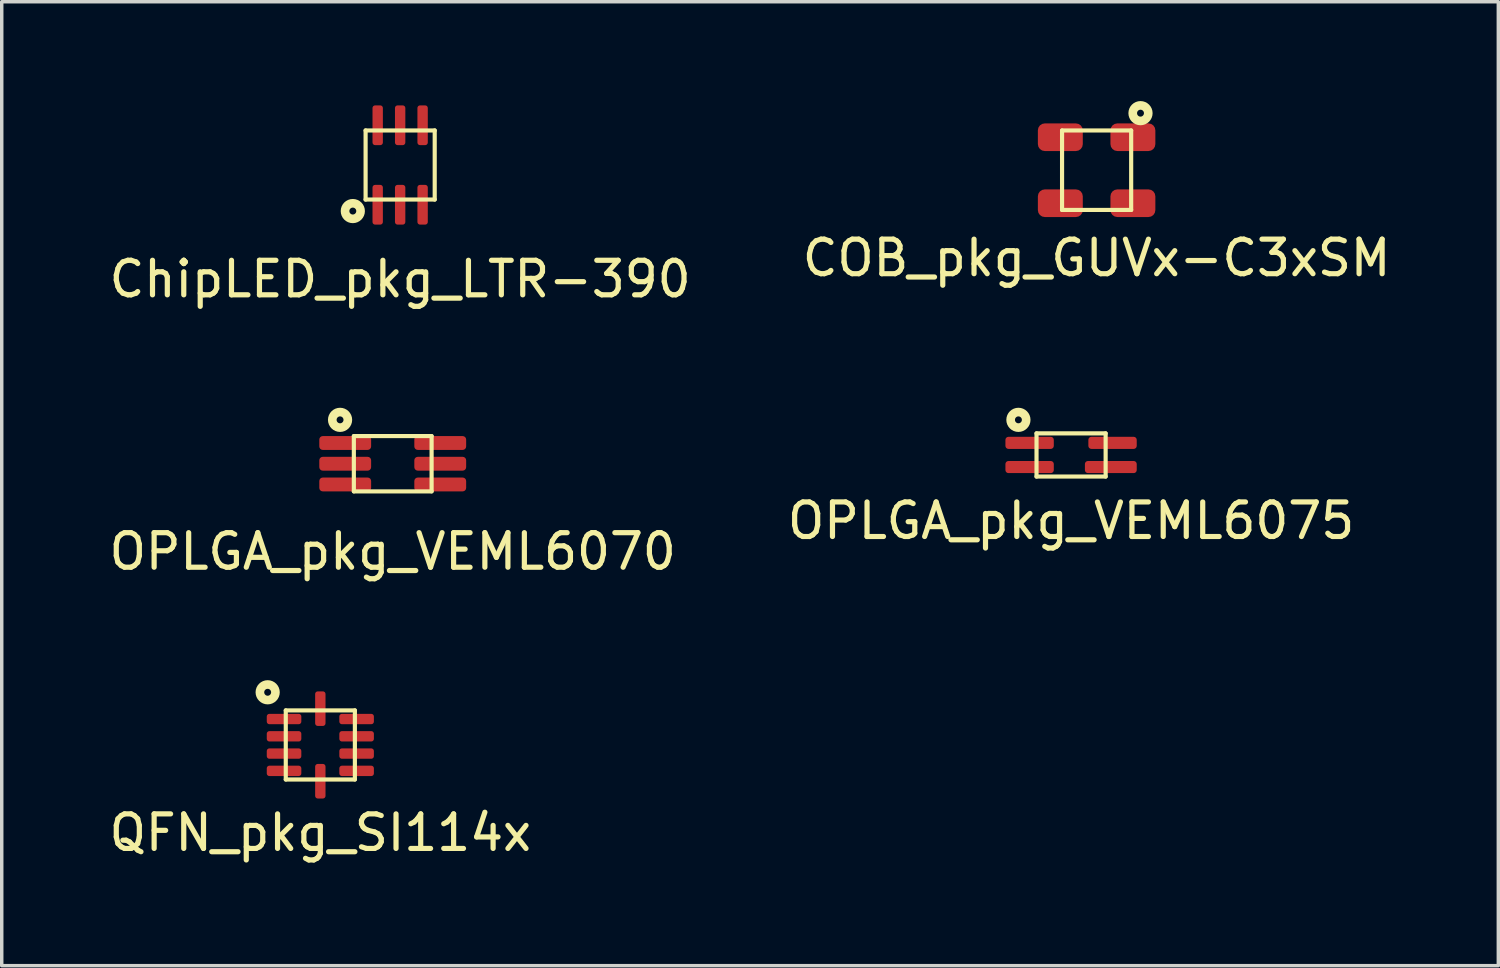
<source format=kicad_pcb>
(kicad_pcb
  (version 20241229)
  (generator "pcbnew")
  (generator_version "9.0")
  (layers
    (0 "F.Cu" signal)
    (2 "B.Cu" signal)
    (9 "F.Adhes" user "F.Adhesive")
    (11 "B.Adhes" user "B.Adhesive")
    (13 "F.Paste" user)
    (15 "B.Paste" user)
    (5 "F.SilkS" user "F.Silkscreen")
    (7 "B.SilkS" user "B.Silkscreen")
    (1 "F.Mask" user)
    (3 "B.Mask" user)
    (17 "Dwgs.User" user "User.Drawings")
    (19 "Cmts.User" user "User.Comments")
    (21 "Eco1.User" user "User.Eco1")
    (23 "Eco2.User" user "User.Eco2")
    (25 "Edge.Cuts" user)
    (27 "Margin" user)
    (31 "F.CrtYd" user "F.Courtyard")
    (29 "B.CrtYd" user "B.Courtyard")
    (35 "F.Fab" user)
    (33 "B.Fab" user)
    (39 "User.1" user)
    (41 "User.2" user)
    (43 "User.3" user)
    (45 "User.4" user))
  (footprint "OPLGA_pkg_VEML6075"
    (layer "F.Cu")
    (at 27.946 10.116)
    (property "Reference" "OPLGA_pkg_VEML6075" (at 0 1.905 0) (layer "F.SilkS") (effects (font (size 1 1) (thickness 0.15))))
    (attr through_hole)
    (fp_line (start -1 -0.625) (end -1 0.625) (stroke (width 0.12) (type solid)) (layer "F.SilkS"))
    (fp_line (start -1 0.625) (end 1 0.625) (stroke (width 0.12) (type solid)) (layer "F.SilkS"))
    (fp_line (start 1 -0.625) (end -1 -0.625) (stroke (width 0.12) (type solid)) (layer "F.SilkS"))
    (fp_line (start 1 0.625) (end 1 -0.625) (stroke (width 0.12) (type solid)) (layer "F.SilkS"))
    (fp_circle (center -1.524 -1.016) (end -1.424 -1.016) (stroke (width 0.25) (type solid)) (fill no) (layer "F.SilkS"))
    (pad "1" smd roundrect (at -1 -0.35) (size 1.4 0.35) (drill (offset -0.2 0)) (layers "F.Cu" "F.Mask" "F.Paste") (roundrect_rratio 0.25))
    (pad "2" smd roundrect (at -1 0.35) (size 1.4 0.35) (drill (offset -0.2 0)) (layers "F.Cu" "F.Mask" "F.Paste") (roundrect_rratio 0.25))
    (pad "3" smd roundrect (at 1 0.35 180) (size 1.5 0.35) (drill (offset -0.15 0)) (layers "F.Cu" "F.Mask" "F.Paste") (roundrect_rratio 0.25))
    (pad "4" smd roundrect (at 1 -0.35 180) (size 1.4 0.35) (drill (offset -0.2 0)) (layers "F.Cu" "F.Mask" "F.Paste") (roundrect_rratio 0.25)))
  (footprint "QFN_pkg_SI114x"
    (layer "F.Cu")
    (at 6.22 18.508)
    (property "Reference" "QFN_pkg_SI114x" (at 0 2.54 0) (layer "F.SilkS") (effects (font (size 1 1) (thickness 0.15))))
    (attr through_hole)
    (fp_line (start -1 -1) (end -1 1) (stroke (width 0.12) (type solid)) (layer "F.SilkS"))
    (fp_line (start -1 1) (end 1 1) (stroke (width 0.12) (type solid)) (layer "F.SilkS"))
    (fp_line (start 1 -1) (end -1 -1) (stroke (width 0.12) (type solid)) (layer "F.SilkS"))
    (fp_line (start 1 1) (end 1 -1) (stroke (width 0.12) (type solid)) (layer "F.SilkS"))
    (fp_circle (center -1.524 -1.524) (end -1.424 -1.524) (stroke (width 0.25) (type solid)) (fill no) (layer "F.SilkS"))
    (pad "1" smd roundrect (at -0.95 -0.75) (size 1 0.3) (drill (offset -0.1 0)) (layers "F.Cu" "F.Mask" "F.Paste") (roundrect_rratio 0.25))
    (pad "2" smd roundrect (at -0.95 -0.25) (size 1 0.3) (drill (offset -0.1 0)) (layers "F.Cu" "F.Mask" "F.Paste") (roundrect_rratio 0.25))
    (pad "3" smd roundrect (at -0.95 0.25) (size 1 0.3) (drill (offset -0.1 0)) (layers "F.Cu" "F.Mask" "F.Paste") (roundrect_rratio 0.25))
    (pad "4" smd roundrect (at -0.95 0.75) (size 1 0.3) (drill (offset -0.1 0)) (layers "F.Cu" "F.Mask" "F.Paste") (roundrect_rratio 0.25))
    (pad "5" smd roundrect (at 0 0.95) (size 0.3 1) (drill (offset 0 0.1)) (layers "F.Cu" "F.Mask" "F.Paste") (roundrect_rratio 0.25))
    (pad "6" smd roundrect (at 0.95 0.75) (size 1 0.3) (drill (offset 0.1 0)) (layers "F.Cu" "F.Mask" "F.Paste") (roundrect_rratio 0.25))
    (pad "7" smd roundrect (at 0.95 0.25) (size 1 0.3) (drill (offset 0.1 0)) (layers "F.Cu" "F.Mask" "F.Paste") (roundrect_rratio 0.25))
    (pad "8" smd roundrect (at 0.95 -0.25) (size 1 0.3) (drill (offset 0.1 0)) (layers "F.Cu" "F.Mask" "F.Paste") (roundrect_rratio 0.25))
    (pad "9" smd roundrect (at 0.95 -0.75) (size 1 0.3) (drill (offset 0.1 0)) (layers "F.Cu" "F.Mask" "F.Paste") (roundrect_rratio 0.25))
    (pad "10" smd roundrect (at 0 -0.95) (size 0.3 1) (drill (offset 0 -0.1)) (layers "F.Cu" "F.Mask" "F.Paste") (roundrect_rratio 0.25)))
  (footprint "OPLGA_pkg_VEML6070"
    (layer "F.Cu")
    (at 8.315 10.37)
    (property "Reference" "OPLGA_pkg_VEML6070" (at 0 2.54 0) (layer "F.SilkS") (effects (font (size 1 1) (thickness 0.15))))
    (attr through_hole)
    (fp_line (start -1.125 -0.8) (end -1.125 0.8) (stroke (width 0.12) (type solid)) (layer "F.SilkS"))
    (fp_line (start -1.125 0.8) (end 1.125 0.8) (stroke (width 0.12) (type solid)) (layer "F.SilkS"))
    (fp_line (start 1.125 -0.8) (end -1.125 -0.8) (stroke (width 0.12) (type solid)) (layer "F.SilkS"))
    (fp_line (start 1.125 0.8) (end 1.125 -0.8) (stroke (width 0.12) (type solid)) (layer "F.SilkS"))
    (fp_circle (center -1.524 -1.27) (end -1.424 -1.27) (stroke (width 0.25) (type solid)) (fill no) (layer "F.SilkS"))
    (pad "1" smd roundrect (at -1.125 -0.6) (size 1.5 0.4) (drill (offset -0.25 0)) (layers "F.Cu" "F.Mask" "F.Paste") (roundrect_rratio 0.25))
    (pad "2" smd roundrect (at -1.125 0) (size 1.5 0.4) (drill (offset -0.25 0)) (layers "F.Cu" "F.Mask" "F.Paste") (roundrect_rratio 0.25))
    (pad "3" smd roundrect (at -1.125 0.6) (size 1.5 0.4) (drill (offset -0.25 0)) (layers "F.Cu" "F.Mask" "F.Paste") (roundrect_rratio 0.25))
    (pad "4" smd roundrect (at 1.125 0.6 180) (size 1.5 0.4) (drill (offset -0.25 0)) (layers "F.Cu" "F.Mask" "F.Paste") (roundrect_rratio 0.25))
    (pad "5" smd roundrect (at 1.125 0 180) (size 1.5 0.4) (drill (offset -0.25 0)) (layers "F.Cu" "F.Mask" "F.Paste") (roundrect_rratio 0.25))
    (pad "6" smd roundrect (at 1.125 -0.6 180) (size 1.5 0.4) (drill (offset -0.25 0)) (layers "F.Cu" "F.Mask" "F.Paste") (roundrect_rratio 0.25)))
  (footprint "COB_pkg_GUVx-C3xSM"
    (layer "F.Cu")
    (at 28.685 1.876)
    (property "Reference" "COB_pkg_GUVx-C3xSM" (at 0 2.54 0) (layer "F.SilkS") (effects (font (size 1 1) (thickness 0.15))))
    (attr through_hole)
    (fp_line (start -1 -1.15) (end -1 1.15) (stroke (width 0.12) (type solid)) (layer "F.SilkS"))
    (fp_line (start -1 1.15) (end 1 1.15) (stroke (width 0.12) (type solid)) (layer "F.SilkS"))
    (fp_line (start 1 -1.15) (end -1 -1.15) (stroke (width 0.12) (type solid)) (layer "F.SilkS"))
    (fp_line (start 1 1.15) (end 1 -1.15) (stroke (width 0.12) (type solid)) (layer "F.SilkS"))
    (fp_circle (center 1.27 -1.651) (end 1.37 -1.651) (stroke (width 0.25) (type solid)) (fill no) (layer "F.SilkS"))
    (pad "1" smd roundrect (at 0.8 -0.955) (size 1.3 0.8) (drill (offset 0.25 0)) (layers "F.Cu" "F.Mask" "F.Paste") (roundrect_rratio 0.25))
    (pad "2" smd roundrect (at -0.8 -0.955) (size 1.3 0.8) (drill (offset -0.25 0)) (layers "F.Cu" "F.Mask" "F.Paste") (roundrect_rratio 0.25))
    (pad "3" smd roundrect (at -0.8 0.955) (size 1.3 0.8) (drill (offset -0.25 0)) (layers "F.Cu" "F.Mask" "F.Paste") (roundrect_rratio 0.25))
    (pad "4" smd roundrect (at 0.8 0.955) (size 1.3 0.8) (drill (offset 0.25 0)) (layers "F.Cu" "F.Mask" "F.Paste") (roundrect_rratio 0.25)))
  (footprint "ChipLED_pkg_LTR-390"
    (layer "F.Cu")
    (at 8.53 1.725)
    (property "Reference" "ChipLED_pkg_LTR-390" (at 0 3.302 0) (layer "F.SilkS") (effects (font (size 1 1) (thickness 0.15))))
    (attr through_hole)
    (fp_line (start -1 -1) (end -1 1) (stroke (width 0.12) (type solid)) (layer "F.SilkS"))
    (fp_line (start -1 1) (end 1 1) (stroke (width 0.12) (type solid)) (layer "F.SilkS"))
    (fp_line (start 1 -1) (end -1 -1) (stroke (width 0.12) (type solid)) (layer "F.SilkS"))
    (fp_line (start 1 1) (end 1 -1) (stroke (width 0.12) (type solid)) (layer "F.SilkS"))
    (fp_circle (center -1.37 1.333) (end -1.27 1.333) (stroke (width 0.25) (type solid)) (fill no) (layer "F.SilkS"))
    (pad "1" smd roundrect (at -0.65 0.9 180) (size 0.3 1.15) (drill (offset 0 -0.25)) (layers "F.Cu" "F.Mask" "F.Paste") (roundrect_rratio 0.25))
    (pad "2" smd roundrect (at 0 0.9 180) (size 0.3 1.15) (drill (offset 0 -0.25)) (layers "F.Cu" "F.Mask" "F.Paste") (roundrect_rratio 0.25))
    (pad "3" smd roundrect (at 0.65 0.9 180) (size 0.3 1.15) (drill (offset 0 -0.25)) (layers "F.Cu" "F.Mask" "F.Paste") (roundrect_rratio 0.25))
    (pad "4" smd roundrect (at 0.65 -0.9) (size 0.3 1.15) (drill (offset 0 -0.25)) (layers "F.Cu" "F.Mask" "F.Paste") (roundrect_rratio 0.25))
    (pad "5" smd roundrect (at 0 -0.9) (size 0.3 1.15) (drill (offset 0 -0.25)) (layers "F.Cu" "F.Mask" "F.Paste") (roundrect_rratio 0.25))
    (pad "6" smd roundrect (at -0.65 -0.9) (size 0.3 1.15) (drill (offset 0 -0.25)) (layers "F.Cu" "F.Mask" "F.Paste") (roundrect_rratio 0.25)))
  (gr_rect
    (start -3 -3)
    (end 40.31 24.896)
    (stroke (width 0.1) (type default))
    (fill no)
    (layer "Edge.Cuts")))
</source>
